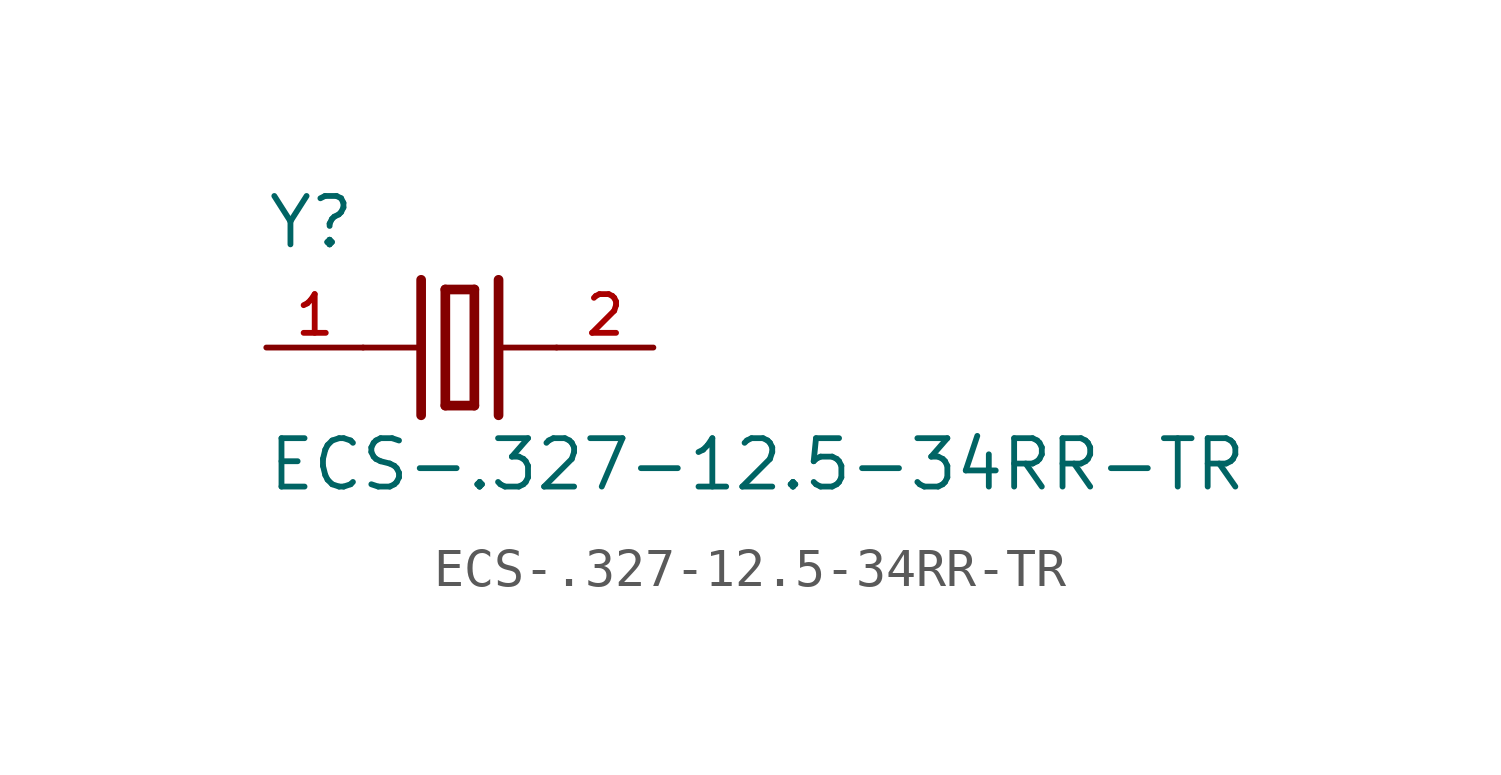
<source format=kicad_sym>
(kicad_symbol_lib
  (version 20211014)
  (generator kicad_symbol_editor)
  (symbol "ECS-.327-12.5-34RR-TR"
    (pin_names
      (offset 1.016))
    (property "Reference" "Y"
      (at -5.091 2.545 0)
      (effects (font (size 1.27 1.27)) (justify bottom left)))
    (property "Value" "ECS-.327-12.5-34RR-TR"
      (at -5.084 -3.813 0)
      (effects (font (size 1.27 1.27)) (justify bottom left)))
    (symbol "ECS-.327-12.5-34RR-TR_0_0"
      (polyline (pts (xy 1.016 0.0) (xy 2.54 0.0)) (stroke (width 0.152)))
      (polyline (pts (xy -2.54 0.0) (xy -1.016 0.0)) (stroke (width 0.152)))
      (polyline (pts (xy -0.381 1.524) (xy -0.381 -1.524)) (stroke (width 0.254)))
      (polyline (pts (xy -0.381 -1.524) (xy 0.381 -1.524)) (stroke (width 0.254)))
      (polyline (pts (xy 0.381 -1.524) (xy 0.381 1.524)) (stroke (width 0.254)))
      (polyline (pts (xy 0.381 1.524) (xy -0.381 1.524)) (stroke (width 0.254)))
      (polyline (pts (xy 1.016 1.778) (xy 1.016 -1.778)) (stroke (width 0.254)))
      (polyline (pts (xy -1.016 1.778) (xy -1.016 -1.778)) (stroke (width 0.254)))
      (pin passive line (at 5.08 0.0 180.0) (length 2.54) (name "~" (effects (font (size 1.016 1.016)))) (number "2" (effects (font (size 1.016 1.016)))))
      (pin passive line (at -5.08 0.0 0) (length 2.54) (name "~" (effects (font (size 1.016 1.016)))) (number "1" (effects (font (size 1.016 1.016))))))))
</source>
